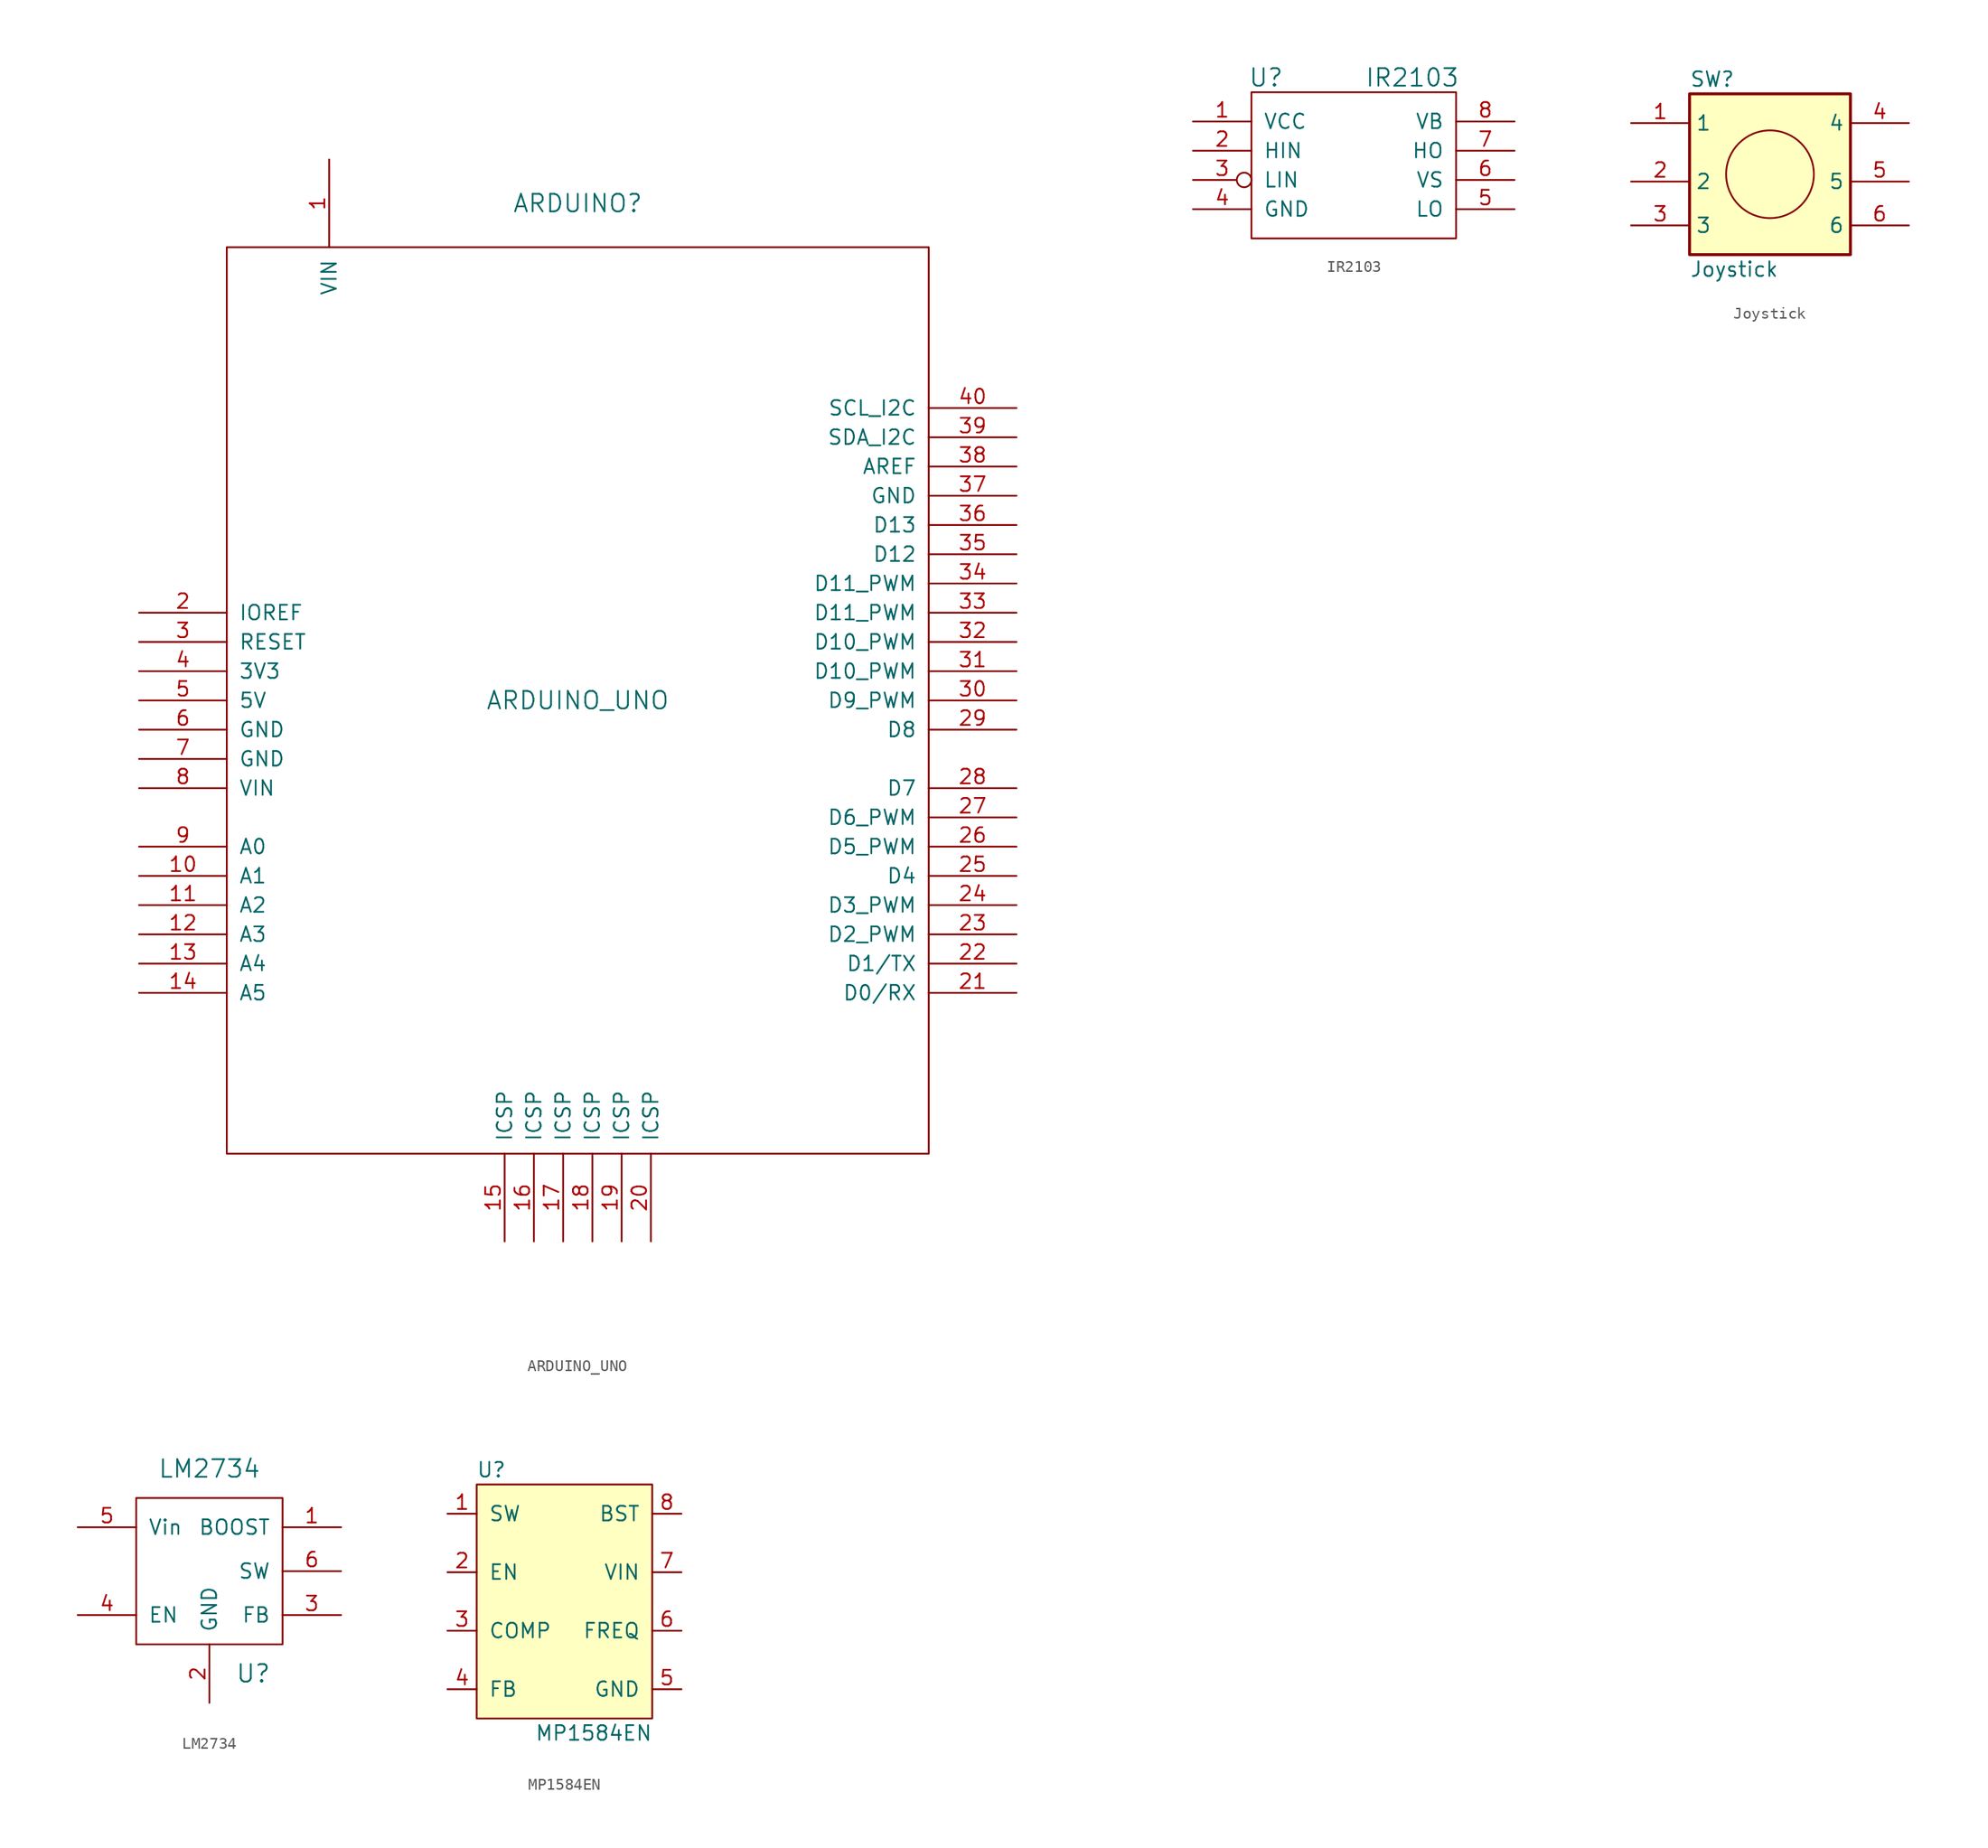
<source format=kicad_sym>
(kicad_symbol_lib
  (version 20211014)
  (generator kicad_symbol_editor)
  (symbol "ARDUINO_UNO"
    (pin_names
      (offset 1.016))
    (property "Reference" "ARDUINO"
      (at 0 43.18 0)
      (effects (font (size 1.524 1.524))))
    (property "Value" "ARDUINO_UNO"
      (at 0 0 0)
      (effects (font (size 1.524 1.524))))
    (property "Footprint" ""
      (at 6.35 -1.27 0)
      (effects (font (size 1.524 1.524))))
    (property "Datasheet" ""
      (at 6.35 -1.27 0)
      (effects (font (size 1.524 1.524))))
    (symbol "ARDUINO_UNO_0_1"
      (rectangle (start -30.48 -39.37) (end 30.48 39.37) (stroke (width 0) (type default) (color 0 0 0 0)) (fill (type none))))
    (symbol "ARDUINO_UNO_1_1"
      (pin power_in line (at -21.59 46.99 270) (length 7.62) (name "VIN" (effects (font (size 1.27 1.27)))) (number "1" (effects (font (size 1.27 1.27)))))
      (pin input line (at -38.1 -15.24 0) (length 7.62) (name "A1" (effects (font (size 1.27 1.27)))) (number "10" (effects (font (size 1.27 1.27)))))
      (pin input line (at -38.1 -17.78 0) (length 7.62) (name "A2" (effects (font (size 1.27 1.27)))) (number "11" (effects (font (size 1.27 1.27)))))
      (pin input line (at -38.1 -20.32 0) (length 7.62) (name "A3" (effects (font (size 1.27 1.27)))) (number "12" (effects (font (size 1.27 1.27)))))
      (pin input line (at -38.1 -22.86 0) (length 7.62) (name "A4" (effects (font (size 1.27 1.27)))) (number "13" (effects (font (size 1.27 1.27)))))
      (pin input line (at -38.1 -25.4 0) (length 7.62) (name "A5" (effects (font (size 1.27 1.27)))) (number "14" (effects (font (size 1.27 1.27)))))
      (pin bidirectional line (at -6.35 -46.99 90) (length 7.62) (name "ICSP" (effects (font (size 1.27 1.27)))) (number "15" (effects (font (size 1.27 1.27)))))
      (pin bidirectional line (at -3.81 -46.99 90) (length 7.62) (name "ICSP" (effects (font (size 1.27 1.27)))) (number "16" (effects (font (size 1.27 1.27)))))
      (pin bidirectional line (at -1.27 -46.99 90) (length 7.62) (name "ICSP" (effects (font (size 1.27 1.27)))) (number "17" (effects (font (size 1.27 1.27)))))
      (pin bidirectional line (at 1.27 -46.99 90) (length 7.62) (name "ICSP" (effects (font (size 1.27 1.27)))) (number "18" (effects (font (size 1.27 1.27)))))
      (pin bidirectional line (at 3.81 -46.99 90) (length 7.62) (name "ICSP" (effects (font (size 1.27 1.27)))) (number "19" (effects (font (size 1.27 1.27)))))
      (pin bidirectional line (at -38.1 7.62 0) (length 7.62) (name "IOREF" (effects (font (size 1.27 1.27)))) (number "2" (effects (font (size 1.27 1.27)))))
      (pin bidirectional line (at 6.35 -46.99 90) (length 7.62) (name "ICSP" (effects (font (size 1.27 1.27)))) (number "20" (effects (font (size 1.27 1.27)))))
      (pin bidirectional line (at 38.1 -25.4 180) (length 7.62) (name "D0/RX" (effects (font (size 1.27 1.27)))) (number "21" (effects (font (size 1.27 1.27)))))
      (pin bidirectional line (at 38.1 -22.86 180) (length 7.62) (name "D1/TX" (effects (font (size 1.27 1.27)))) (number "22" (effects (font (size 1.27 1.27)))))
      (pin bidirectional line (at 38.1 -20.32 180) (length 7.62) (name "D2_PWM" (effects (font (size 1.27 1.27)))) (number "23" (effects (font (size 1.27 1.27)))))
      (pin bidirectional line (at 38.1 -17.78 180) (length 7.62) (name "D3_PWM" (effects (font (size 1.27 1.27)))) (number "24" (effects (font (size 1.27 1.27)))))
      (pin bidirectional line (at 38.1 -15.24 180) (length 7.62) (name "D4" (effects (font (size 1.27 1.27)))) (number "25" (effects (font (size 1.27 1.27)))))
      (pin bidirectional line (at 38.1 -12.7 180) (length 7.62) (name "D5_PWM" (effects (font (size 1.27 1.27)))) (number "26" (effects (font (size 1.27 1.27)))))
      (pin bidirectional line (at 38.1 -10.16 180) (length 7.62) (name "D6_PWM" (effects (font (size 1.27 1.27)))) (number "27" (effects (font (size 1.27 1.27)))))
      (pin bidirectional line (at 38.1 -7.62 180) (length 7.62) (name "D7" (effects (font (size 1.27 1.27)))) (number "28" (effects (font (size 1.27 1.27)))))
      (pin bidirectional line (at 38.1 -2.54 180) (length 7.62) (name "D8" (effects (font (size 1.27 1.27)))) (number "29" (effects (font (size 1.27 1.27)))))
      (pin input line (at -38.1 5.08 0) (length 7.62) (name "RESET" (effects (font (size 1.27 1.27)))) (number "3" (effects (font (size 1.27 1.27)))))
      (pin bidirectional line (at 38.1 0 180) (length 7.62) (name "D9_PWM" (effects (font (size 1.27 1.27)))) (number "30" (effects (font (size 1.27 1.27)))))
      (pin bidirectional line (at 38.1 2.54 180) (length 7.62) (name "D10_PWM" (effects (font (size 1.27 1.27)))) (number "31" (effects (font (size 1.27 1.27)))))
      (pin bidirectional line (at 38.1 5.08 180) (length 7.62) (name "D10_PWM" (effects (font (size 1.27 1.27)))) (number "32" (effects (font (size 1.27 1.27)))))
      (pin bidirectional line (at 38.1 7.62 180) (length 7.62) (name "D11_PWM" (effects (font (size 1.27 1.27)))) (number "33" (effects (font (size 1.27 1.27)))))
      (pin bidirectional line (at 38.1 10.16 180) (length 7.62) (name "D11_PWM" (effects (font (size 1.27 1.27)))) (number "34" (effects (font (size 1.27 1.27)))))
      (pin bidirectional line (at 38.1 12.7 180) (length 7.62) (name "D12" (effects (font (size 1.27 1.27)))) (number "35" (effects (font (size 1.27 1.27)))))
      (pin bidirectional line (at 38.1 15.24 180) (length 7.62) (name "D13" (effects (font (size 1.27 1.27)))) (number "36" (effects (font (size 1.27 1.27)))))
      (pin power_out line (at 38.1 17.78 180) (length 7.62) (name "GND" (effects (font (size 1.27 1.27)))) (number "37" (effects (font (size 1.27 1.27)))))
      (pin output line (at 38.1 20.32 180) (length 7.62) (name "AREF" (effects (font (size 1.27 1.27)))) (number "38" (effects (font (size 1.27 1.27)))))
      (pin bidirectional line (at 38.1 22.86 180) (length 7.62) (name "SDA_I2C" (effects (font (size 1.27 1.27)))) (number "39" (effects (font (size 1.27 1.27)))))
      (pin power_out line (at -38.1 2.54 0) (length 7.62) (name "3V3" (effects (font (size 1.27 1.27)))) (number "4" (effects (font (size 1.27 1.27)))))
      (pin output line (at 38.1 25.4 180) (length 7.62) (name "SCL_I2C" (effects (font (size 1.27 1.27)))) (number "40" (effects (font (size 1.27 1.27)))))
      (pin power_out line (at -38.1 0 0) (length 7.62) (name "5V" (effects (font (size 1.27 1.27)))) (number "5" (effects (font (size 1.27 1.27)))))
      (pin power_out line (at -38.1 -2.54 0) (length 7.62) (name "GND" (effects (font (size 1.27 1.27)))) (number "6" (effects (font (size 1.27 1.27)))))
      (pin power_out line (at -38.1 -5.08 0) (length 7.62) (name "GND" (effects (font (size 1.27 1.27)))) (number "7" (effects (font (size 1.27 1.27)))))
      (pin power_in line (at -38.1 -7.62 0) (length 7.62) (name "VIN" (effects (font (size 1.27 1.27)))) (number "8" (effects (font (size 1.27 1.27)))))
      (pin input line (at -38.1 -12.7 0) (length 7.62) (name "A0" (effects (font (size 1.27 1.27)))) (number "9" (effects (font (size 1.27 1.27)))))))
  (symbol "IR2103"
    (pin_names
      (offset 1.016))
    (property "Reference" "U"
      (at -7.62 7.62 0)
      (effects (font (size 1.524 1.524))))
    (property "Value" "IR2103"
      (at 5.08 7.62 0)
      (effects (font (size 1.524 1.524))))
    (symbol "IR2103_0_1"
      (rectangle (start -8.89 6.35) (end 8.89 -6.35) (stroke (width 0) (type default) (color 0 0 0 0)) (fill (type none))))
    (symbol "IR2103_1_1"
      (pin power_in line (at -13.97 3.81 0) (length 5.08) (name "VCC" (effects (font (size 1.27 1.27)))) (number "1" (effects (font (size 1.27 1.27)))))
      (pin input line (at -13.97 1.27 0) (length 5.08) (name "HIN" (effects (font (size 1.27 1.27)))) (number "2" (effects (font (size 1.27 1.27)))))
      (pin input inverted (at -13.97 -1.27 0) (length 5.08) (name "LIN" (effects (font (size 1.27 1.27)))) (number "3" (effects (font (size 1.27 1.27)))))
      (pin power_out line (at -13.97 -3.81 0) (length 5.08) (name "GND" (effects (font (size 1.27 1.27)))) (number "4" (effects (font (size 1.27 1.27)))))
      (pin output line (at 13.97 -3.81 180) (length 5.08) (name "LO" (effects (font (size 1.27 1.27)))) (number "5" (effects (font (size 1.27 1.27)))))
      (pin input line (at 13.97 -1.27 180) (length 5.08) (name "VS" (effects (font (size 1.27 1.27)))) (number "6" (effects (font (size 1.27 1.27)))))
      (pin power_out line (at 13.97 1.27 180) (length 5.08) (name "HO" (effects (font (size 1.27 1.27)))) (number "7" (effects (font (size 1.27 1.27)))))
      (pin input line (at 13.97 3.81 180) (length 5.08) (name "VB" (effects (font (size 1.27 1.27)))) (number "8" (effects (font (size 1.27 1.27)))))))
  (symbol "Joystick"
    (property "Reference" "SW"
      (at -6.35 8.89 0)
      (effects (font (size 1.27 1.27)) (justify left)))
    (property "Value" "Joystick"
      (at -6.35 -7.62 0)
      (effects (font (size 1.27 1.27)) (justify left)))
    (symbol "Joystick_0_1"
      (circle (center 0.635 0.635) (radius 3.81) (stroke (width 0) (type default) (color 0 0 0 0)) (fill (type none)))
      (rectangle (start 7.62 7.62) (end -6.35 -6.35) (stroke (width 0.254) (type default) (color 0 0 0 0)) (fill (type background))))
    (symbol "Joystick_1_1"
      (pin passive line (at -11.43 5.08 0) (length 5.08) (name "1" (effects (font (size 1.27 1.27)))) (number "1" (effects (font (size 1.27 1.27)))))
      (pin passive line (at -11.43 0 0) (length 5.08) (name "2" (effects (font (size 1.27 1.27)))) (number "2" (effects (font (size 1.27 1.27)))))
      (pin passive line (at -11.43 -3.81 0) (length 5.08) (name "3" (effects (font (size 1.27 1.27)))) (number "3" (effects (font (size 1.27 1.27)))))
      (pin passive line (at 12.7 5.08 180) (length 5.08) (name "4" (effects (font (size 1.27 1.27)))) (number "4" (effects (font (size 1.27 1.27)))))
      (pin passive line (at 12.7 0 180) (length 5.08) (name "5" (effects (font (size 1.27 1.27)))) (number "5" (effects (font (size 1.27 1.27)))))
      (pin input line (at 12.7 -3.81 180) (length 5.08) (name "6" (effects (font (size 1.27 1.27)))) (number "6" (effects (font (size 1.27 1.27)))))))
  (symbol "LM2734"
    (pin_names
      (offset 1.016))
    (property "Reference" "U"
      (at 3.81 -2.54 0)
      (effects (font (size 1.524 1.524))))
    (property "Value" "LM2734"
      (at 0 15.24 0)
      (effects (font (size 1.524 1.524))))
    (symbol "LM2734_0_1"
      (rectangle (start -6.35 0) (end 6.35 12.7) (stroke (width 0) (type default) (color 0 0 0 0)) (fill (type none))))
    (symbol "LM2734_1_1"
      (pin bidirectional line (at 11.43 10.16 180) (length 5.08) (name "BOOST" (effects (font (size 1.27 1.27)))) (number "1" (effects (font (size 1.27 1.27)))))
      (pin power_out line (at 0 -5.08 90) (length 5.08) (name "GND" (effects (font (size 1.27 1.27)))) (number "2" (effects (font (size 1.27 1.27)))))
      (pin bidirectional line (at 11.43 2.54 180) (length 5.08) (name "FB" (effects (font (size 1.27 1.27)))) (number "3" (effects (font (size 1.27 1.27)))))
      (pin input line (at -11.43 2.54 0) (length 5.08) (name "EN" (effects (font (size 1.27 1.27)))) (number "4" (effects (font (size 1.27 1.27)))))
      (pin power_in line (at -11.43 10.16 0) (length 5.08) (name "Vin" (effects (font (size 1.27 1.27)))) (number "5" (effects (font (size 1.27 1.27)))))
      (pin bidirectional line (at 11.43 6.35 180) (length 5.08) (name "SW" (effects (font (size 1.27 1.27)))) (number "6" (effects (font (size 1.27 1.27)))))))
  (symbol "MP1584EN"
    (pin_names
      (offset 1.016))
    (property "Reference" "U"
      (at -6.35 11.43 0)
      (effects (font (size 1.27 1.27))))
    (property "Value" "MP1584EN"
      (at 2.54 -11.43 0)
      (effects (font (size 1.27 1.27))))
    (symbol "MP1584EN_0_1"
      (rectangle (start -7.62 10.16) (end 7.62 -10.16) (stroke (width 0) (type default) (color 0 0 0 0)) (fill (type background))))
    (symbol "MP1584EN_1_1"
      (pin bidirectional line (at -10.16 7.62 0) (length 2.54) (name "SW" (effects (font (size 1.27 1.27)))) (number "1" (effects (font (size 1.27 1.27)))))
      (pin bidirectional line (at -10.16 2.54 0) (length 2.54) (name "EN" (effects (font (size 1.27 1.27)))) (number "2" (effects (font (size 1.27 1.27)))))
      (pin bidirectional line (at -10.16 -2.54 0) (length 2.54) (name "COMP" (effects (font (size 1.27 1.27)))) (number "3" (effects (font (size 1.27 1.27)))))
      (pin bidirectional line (at -10.16 -7.62 0) (length 2.54) (name "FB" (effects (font (size 1.27 1.27)))) (number "4" (effects (font (size 1.27 1.27)))))
      (pin bidirectional line (at 10.16 -7.62 180) (length 2.54) (name "GND" (effects (font (size 1.27 1.27)))) (number "5" (effects (font (size 1.27 1.27)))))
      (pin bidirectional line (at 10.16 -2.54 180) (length 2.54) (name "FREQ" (effects (font (size 1.27 1.27)))) (number "6" (effects (font (size 1.27 1.27)))))
      (pin bidirectional line (at 10.16 2.54 180) (length 2.54) (name "VIN" (effects (font (size 1.27 1.27)))) (number "7" (effects (font (size 1.27 1.27)))))
      (pin bidirectional line (at 10.16 7.62 180) (length 2.54) (name "BST" (effects (font (size 1.27 1.27)))) (number "8" (effects (font (size 1.27 1.27))))))))
</source>
